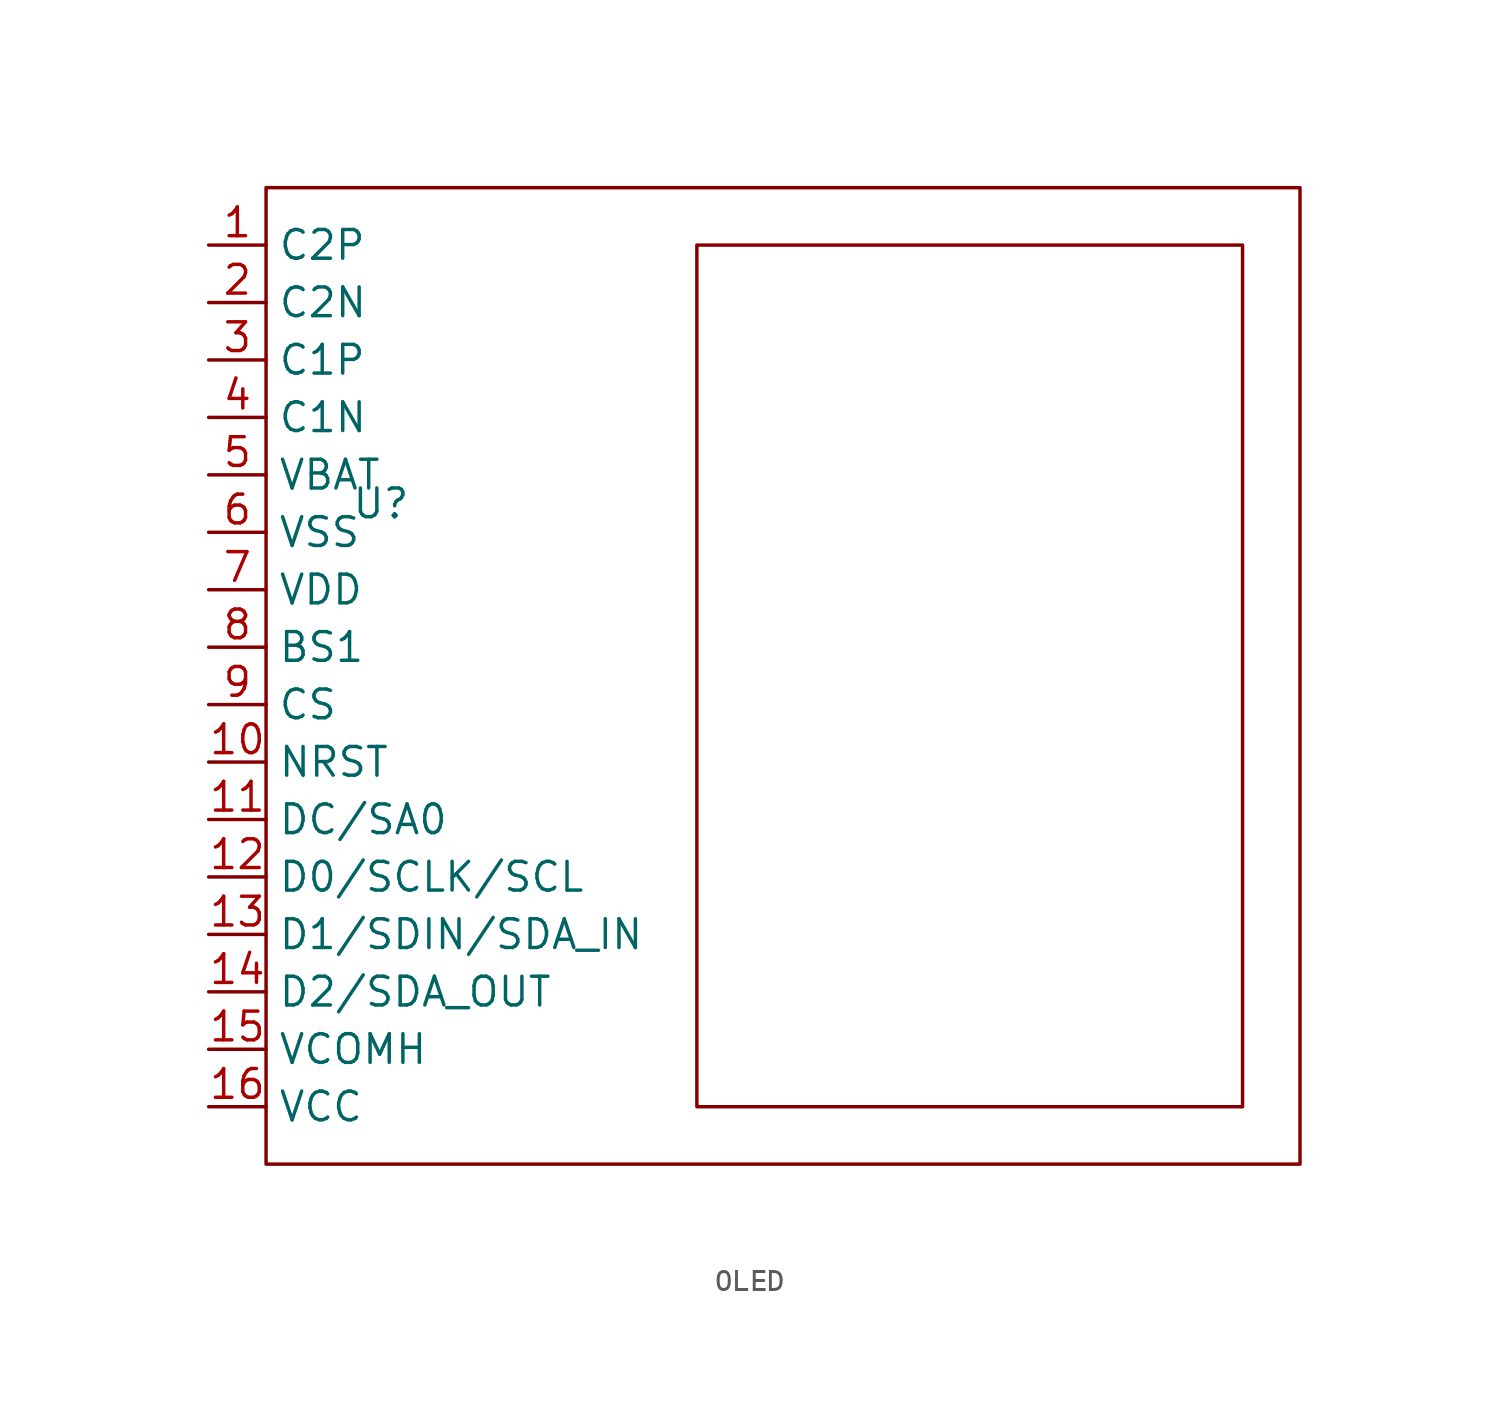
<source format=kicad_sym>
(kicad_symbol_lib
  (version 20231120)
  (generator "kicad_symbol_editor")
  (generator_version "8.0")
  (symbol "OLED"
    (property "Reference" "U"
      (at -13.97 7.62 0)
      (effects (font (size 1.27 1.27))))
    (property "Value" ""
      (at -13.97 7.62 0)
      (effects (font (size 1.27 1.27))))
    (symbol "OLED_0_1"
      (rectangle (start -19.05 21.59) (end 26.67 -21.59) (stroke (width 0) (type default)) (fill (type none)))
      (rectangle (start 0 19.05) (end 24.13 -19.05) (stroke (width 0) (type default)) (fill (type none))))
    (symbol "OLED_1_1"
      (pin bidirectional line (at -21.59 19.05 0) (length 2.54) (name "C2P" (effects (font (size 1.27 1.27)))) (number "1" (effects (font (size 1.27 1.27)))))
      (pin bidirectional line (at -21.59 -3.81 0) (length 2.54) (name "NRST" (effects (font (size 1.27 1.27)))) (number "10" (effects (font (size 1.27 1.27)))))
      (pin bidirectional line (at -21.59 -6.35 0) (length 2.54) (name "DC/SA0" (effects (font (size 1.27 1.27)))) (number "11" (effects (font (size 1.27 1.27)))))
      (pin bidirectional line (at -21.59 -8.89 0) (length 2.54) (name "D0/SCLK/SCL" (effects (font (size 1.27 1.27)))) (number "12" (effects (font (size 1.27 1.27)))))
      (pin bidirectional line (at -21.59 -11.43 0) (length 2.54) (name "D1/SDIN/SDA_IN" (effects (font (size 1.27 1.27)))) (number "13" (effects (font (size 1.27 1.27)))))
      (pin bidirectional line (at -21.59 -13.97 0) (length 2.54) (name "D2/SDA_OUT" (effects (font (size 1.27 1.27)))) (number "14" (effects (font (size 1.27 1.27)))))
      (pin bidirectional line (at -21.59 -16.51 0) (length 2.54) (name "VCOMH" (effects (font (size 1.27 1.27)))) (number "15" (effects (font (size 1.27 1.27)))))
      (pin bidirectional line (at -21.59 -19.05 0) (length 2.54) (name "VCC" (effects (font (size 1.27 1.27)))) (number "16" (effects (font (size 1.27 1.27)))))
      (pin bidirectional line (at -21.59 16.51 0) (length 2.54) (name "C2N" (effects (font (size 1.27 1.27)))) (number "2" (effects (font (size 1.27 1.27)))))
      (pin bidirectional line (at -21.59 13.97 0) (length 2.54) (name "C1P" (effects (font (size 1.27 1.27)))) (number "3" (effects (font (size 1.27 1.27)))))
      (pin bidirectional line (at -21.59 11.43 0) (length 2.54) (name "C1N" (effects (font (size 1.27 1.27)))) (number "4" (effects (font (size 1.27 1.27)))))
      (pin bidirectional line (at -21.59 8.89 0) (length 2.54) (name "VBAT" (effects (font (size 1.27 1.27)))) (number "5" (effects (font (size 1.27 1.27)))))
      (pin bidirectional line (at -21.59 6.35 0) (length 2.54) (name "VSS" (effects (font (size 1.27 1.27)))) (number "6" (effects (font (size 1.27 1.27)))))
      (pin bidirectional line (at -21.59 3.81 0) (length 2.54) (name "VDD" (effects (font (size 1.27 1.27)))) (number "7" (effects (font (size 1.27 1.27)))))
      (pin bidirectional line (at -21.59 1.27 0) (length 2.54) (name "BS1" (effects (font (size 1.27 1.27)))) (number "8" (effects (font (size 1.27 1.27)))))
      (pin bidirectional line (at -21.59 -1.27 0) (length 2.54) (name "CS" (effects (font (size 1.27 1.27)))) (number "9" (effects (font (size 1.27 1.27))))))))
</source>
